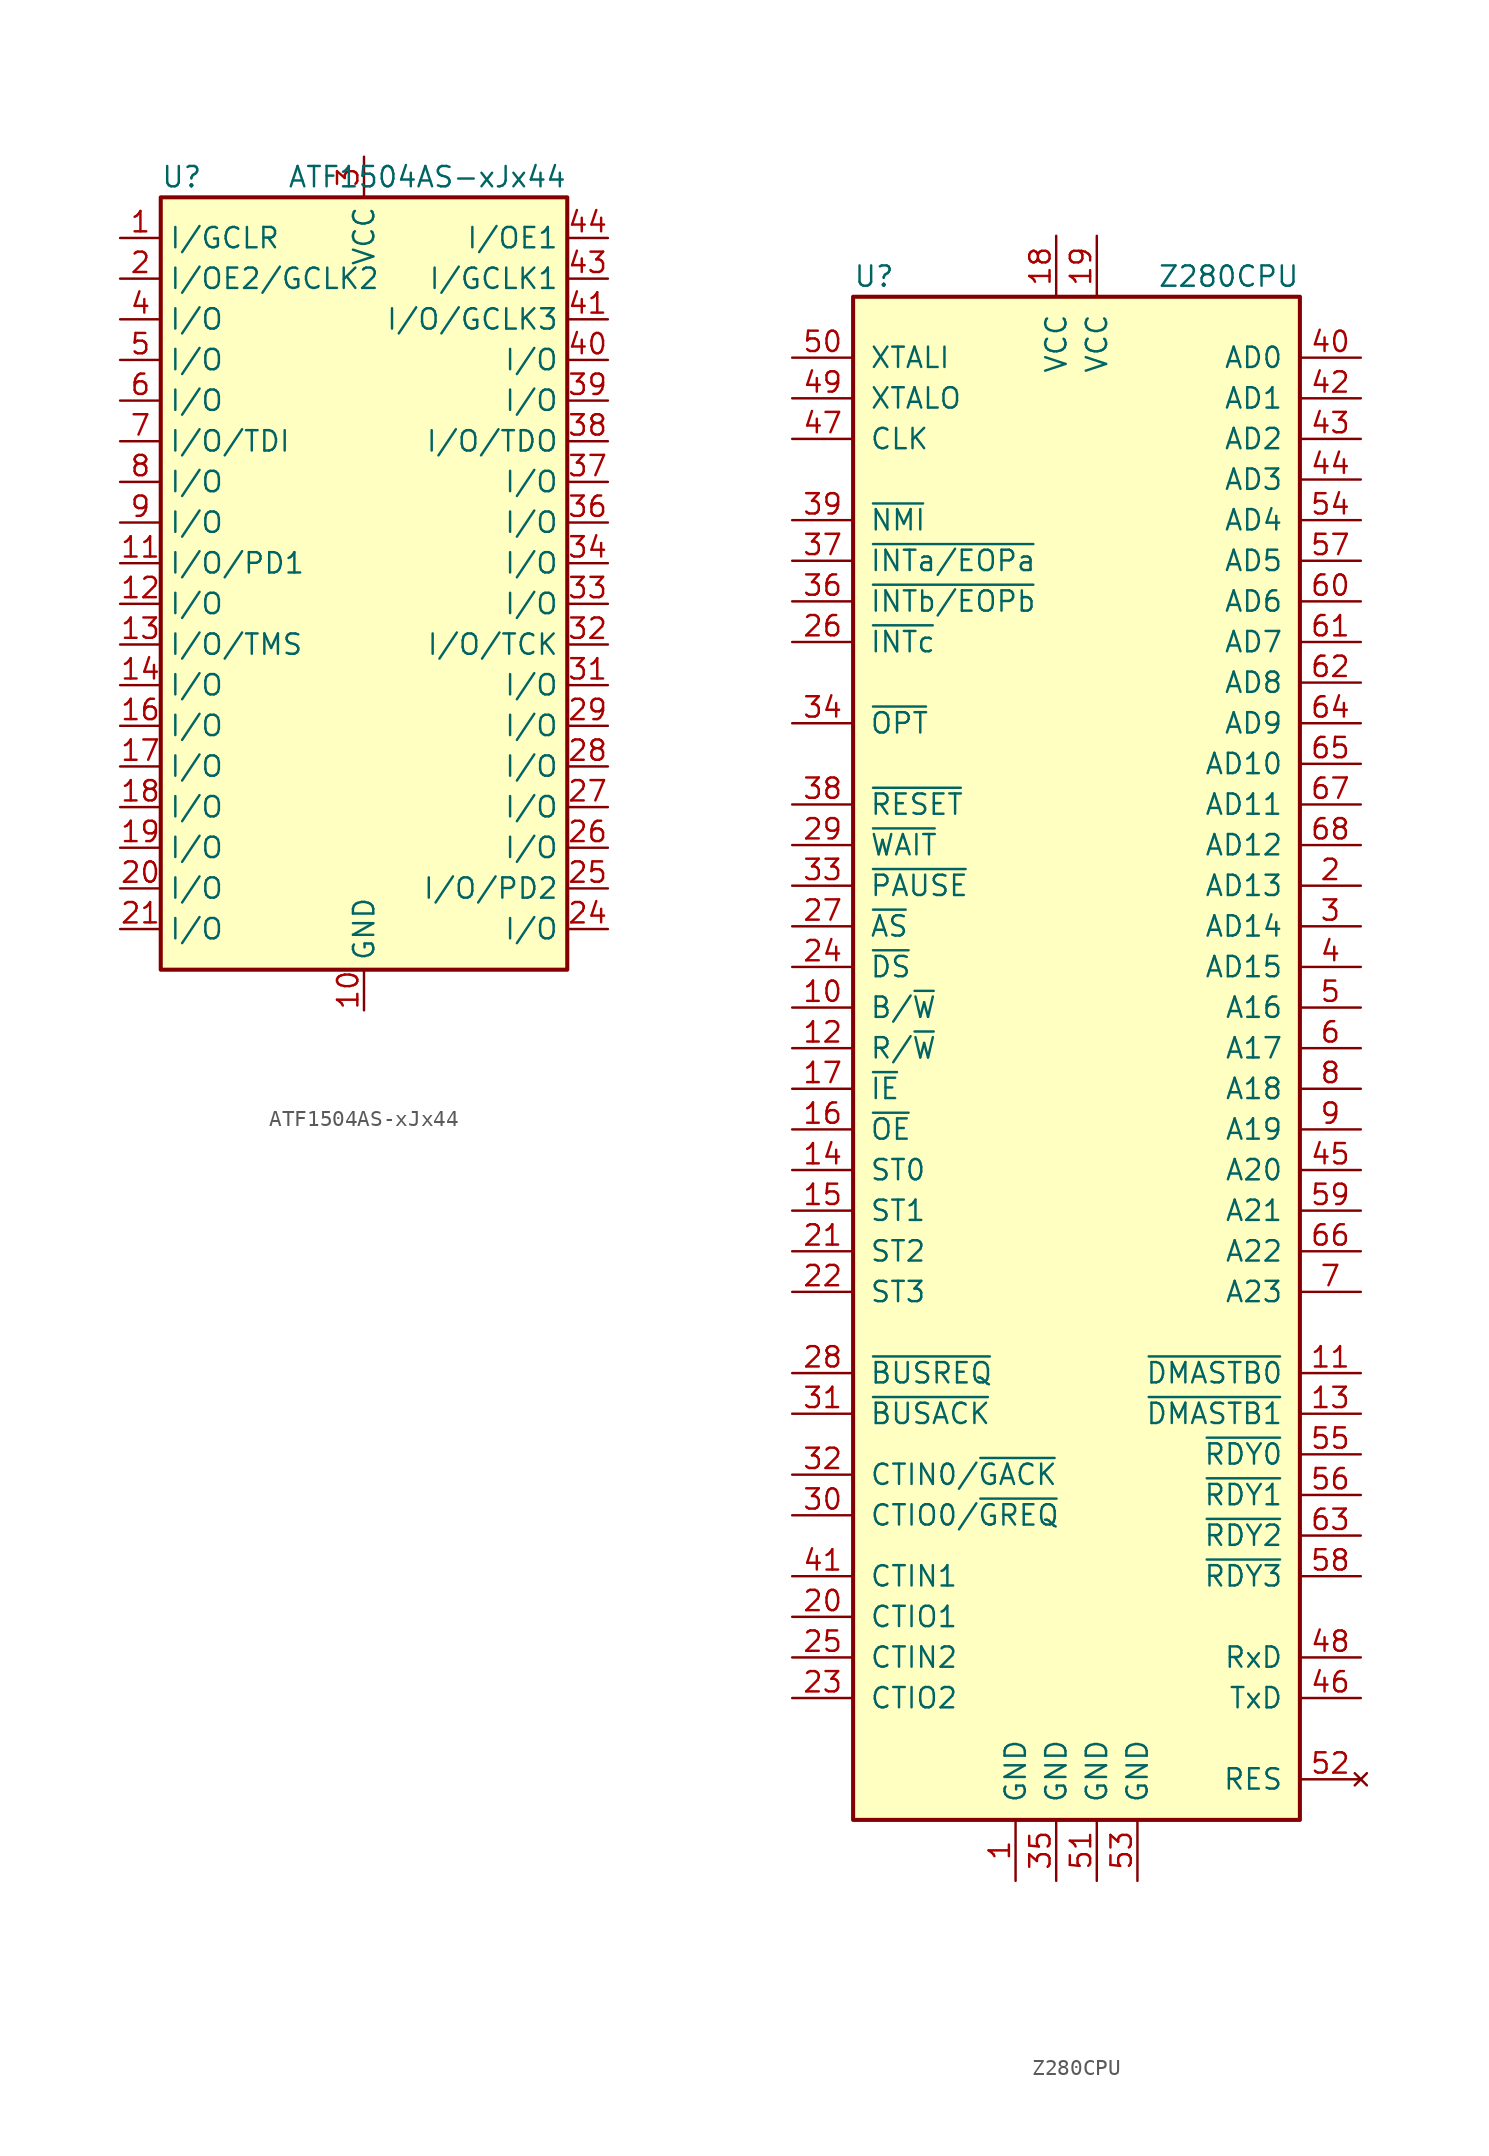
<source format=kicad_sym>
(kicad_symbol_lib
  (version 20211014)
  (generator kicad_symbol_editor)
  (symbol "ATF1504AS-xJx44"
    (property "Reference" "U"
      (at -12.7 24.13 0)
      (effects (font (size 1.27 1.27)) (justify left)))
    (property "Value" "ATF1504AS-xJx44"
      (at 12.7 24.13 0)
      (effects (font (size 1.27 1.27)) (justify right)))
    (symbol "ATF1504AS-xJx44_0_1"
      (rectangle (start -12.7 22.86) (end 12.7 -25.4) (stroke (width 0.254) (type default) (color 0 0 0 0)) (fill (type background))))
    (symbol "ATF1504AS-xJx44_1_1"
      (pin input line (at -15.24 20.32 0) (length 2.54) (name "I/GCLR" (effects (font (size 1.27 1.27)))) (number "1" (effects (font (size 1.27 1.27)))))
      (pin power_in line (at 0 -27.94 90) (length 2.54) (name "GND" (effects (font (size 1.27 1.27)))) (number "10" (effects (font (size 1.27 1.27)))))
      (pin bidirectional line (at -15.24 0 0) (length 2.54) (name "I/O/PD1" (effects (font (size 1.27 1.27)))) (number "11" (effects (font (size 1.27 1.27)))))
      (pin bidirectional line (at -15.24 -2.54 0) (length 2.54) (name "I/O" (effects (font (size 1.27 1.27)))) (number "12" (effects (font (size 1.27 1.27)))))
      (pin bidirectional line (at -15.24 -5.08 0) (length 2.54) (name "I/O/TMS" (effects (font (size 1.27 1.27)))) (number "13" (effects (font (size 1.27 1.27)))))
      (pin bidirectional line (at -15.24 -7.62 0) (length 2.54) (name "I/O" (effects (font (size 1.27 1.27)))) (number "14" (effects (font (size 1.27 1.27)))))
      (pin passive line (at 0 25.4 270) (length 2.54) hide (name "VCC" (effects (font (size 1.27 1.27)))) (number "15" (effects (font (size 1.27 1.27)))))
      (pin bidirectional line (at -15.24 -10.16 0) (length 2.54) (name "I/O" (effects (font (size 1.27 1.27)))) (number "16" (effects (font (size 1.27 1.27)))))
      (pin bidirectional line (at -15.24 -12.7 0) (length 2.54) (name "I/O" (effects (font (size 1.27 1.27)))) (number "17" (effects (font (size 1.27 1.27)))))
      (pin bidirectional line (at -15.24 -15.24 0) (length 2.54) (name "I/O" (effects (font (size 1.27 1.27)))) (number "18" (effects (font (size 1.27 1.27)))))
      (pin bidirectional line (at -15.24 -17.78 0) (length 2.54) (name "I/O" (effects (font (size 1.27 1.27)))) (number "19" (effects (font (size 1.27 1.27)))))
      (pin input line (at -15.24 17.78 0) (length 2.54) (name "I/OE2/GCLK2" (effects (font (size 1.27 1.27)))) (number "2" (effects (font (size 1.27 1.27)))))
      (pin bidirectional line (at -15.24 -20.32 0) (length 2.54) (name "I/O" (effects (font (size 1.27 1.27)))) (number "20" (effects (font (size 1.27 1.27)))))
      (pin bidirectional line (at -15.24 -22.86 0) (length 2.54) (name "I/O" (effects (font (size 1.27 1.27)))) (number "21" (effects (font (size 1.27 1.27)))))
      (pin passive line (at 0 -27.94 90) (length 2.54) hide (name "GND" (effects (font (size 1.27 1.27)))) (number "22" (effects (font (size 1.27 1.27)))))
      (pin passive line (at 0 25.4 270) (length 2.54) hide (name "VCC" (effects (font (size 1.27 1.27)))) (number "23" (effects (font (size 1.27 1.27)))))
      (pin bidirectional line (at 15.24 -22.86 180) (length 2.54) (name "I/O" (effects (font (size 1.27 1.27)))) (number "24" (effects (font (size 1.27 1.27)))))
      (pin bidirectional line (at 15.24 -20.32 180) (length 2.54) (name "I/O/PD2" (effects (font (size 1.27 1.27)))) (number "25" (effects (font (size 1.27 1.27)))))
      (pin bidirectional line (at 15.24 -17.78 180) (length 2.54) (name "I/O" (effects (font (size 1.27 1.27)))) (number "26" (effects (font (size 1.27 1.27)))))
      (pin bidirectional line (at 15.24 -15.24 180) (length 2.54) (name "I/O" (effects (font (size 1.27 1.27)))) (number "27" (effects (font (size 1.27 1.27)))))
      (pin bidirectional line (at 15.24 -12.7 180) (length 2.54) (name "I/O" (effects (font (size 1.27 1.27)))) (number "28" (effects (font (size 1.27 1.27)))))
      (pin bidirectional line (at 15.24 -10.16 180) (length 2.54) (name "I/O" (effects (font (size 1.27 1.27)))) (number "29" (effects (font (size 1.27 1.27)))))
      (pin power_in line (at 0 25.4 270) (length 2.54) (name "VCC" (effects (font (size 1.27 1.27)))) (number "3" (effects (font (size 1.27 1.27)))))
      (pin passive line (at 0 -27.94 90) (length 2.54) hide (name "GND" (effects (font (size 1.27 1.27)))) (number "30" (effects (font (size 1.27 1.27)))))
      (pin bidirectional line (at 15.24 -7.62 180) (length 2.54) (name "I/O" (effects (font (size 1.27 1.27)))) (number "31" (effects (font (size 1.27 1.27)))))
      (pin bidirectional line (at 15.24 -5.08 180) (length 2.54) (name "I/O/TCK" (effects (font (size 1.27 1.27)))) (number "32" (effects (font (size 1.27 1.27)))))
      (pin bidirectional line (at 15.24 -2.54 180) (length 2.54) (name "I/O" (effects (font (size 1.27 1.27)))) (number "33" (effects (font (size 1.27 1.27)))))
      (pin bidirectional line (at 15.24 0 180) (length 2.54) (name "I/O" (effects (font (size 1.27 1.27)))) (number "34" (effects (font (size 1.27 1.27)))))
      (pin passive line (at 0 25.4 270) (length 2.54) hide (name "VCC" (effects (font (size 1.27 1.27)))) (number "35" (effects (font (size 1.27 1.27)))))
      (pin bidirectional line (at 15.24 2.54 180) (length 2.54) (name "I/O" (effects (font (size 1.27 1.27)))) (number "36" (effects (font (size 1.27 1.27)))))
      (pin bidirectional line (at 15.24 5.08 180) (length 2.54) (name "I/O" (effects (font (size 1.27 1.27)))) (number "37" (effects (font (size 1.27 1.27)))))
      (pin bidirectional line (at 15.24 7.62 180) (length 2.54) (name "I/O/TDO" (effects (font (size 1.27 1.27)))) (number "38" (effects (font (size 1.27 1.27)))))
      (pin bidirectional line (at 15.24 10.16 180) (length 2.54) (name "I/O" (effects (font (size 1.27 1.27)))) (number "39" (effects (font (size 1.27 1.27)))))
      (pin bidirectional line (at -15.24 15.24 0) (length 2.54) (name "I/O" (effects (font (size 1.27 1.27)))) (number "4" (effects (font (size 1.27 1.27)))))
      (pin bidirectional line (at 15.24 12.7 180) (length 2.54) (name "I/O" (effects (font (size 1.27 1.27)))) (number "40" (effects (font (size 1.27 1.27)))))
      (pin bidirectional line (at 15.24 15.24 180) (length 2.54) (name "I/O/GCLK3" (effects (font (size 1.27 1.27)))) (number "41" (effects (font (size 1.27 1.27)))))
      (pin passive line (at 0 -27.94 90) (length 2.54) hide (name "GND" (effects (font (size 1.27 1.27)))) (number "42" (effects (font (size 1.27 1.27)))))
      (pin input line (at 15.24 17.78 180) (length 2.54) (name "I/GCLK1" (effects (font (size 1.27 1.27)))) (number "43" (effects (font (size 1.27 1.27)))))
      (pin input line (at 15.24 20.32 180) (length 2.54) (name "I/OE1" (effects (font (size 1.27 1.27)))) (number "44" (effects (font (size 1.27 1.27)))))
      (pin bidirectional line (at -15.24 12.7 0) (length 2.54) (name "I/O" (effects (font (size 1.27 1.27)))) (number "5" (effects (font (size 1.27 1.27)))))
      (pin bidirectional line (at -15.24 10.16 0) (length 2.54) (name "I/O" (effects (font (size 1.27 1.27)))) (number "6" (effects (font (size 1.27 1.27)))))
      (pin bidirectional line (at -15.24 7.62 0) (length 2.54) (name "I/O/TDI" (effects (font (size 1.27 1.27)))) (number "7" (effects (font (size 1.27 1.27)))))
      (pin bidirectional line (at -15.24 5.08 0) (length 2.54) (name "I/O" (effects (font (size 1.27 1.27)))) (number "8" (effects (font (size 1.27 1.27)))))
      (pin bidirectional line (at -15.24 2.54 0) (length 2.54) (name "I/O" (effects (font (size 1.27 1.27)))) (number "9" (effects (font (size 1.27 1.27)))))))
  (symbol "Z280CPU"
    (pin_names
      (offset 1.016))
    (property "Reference" "U"
      (at -13.97 48.26 0)
      (effects (font (size 1.27 1.27)) (justify left)))
    (property "Value" "Z280CPU"
      (at 13.97 48.26 0)
      (effects (font (size 1.27 1.27)) (justify right)))
    (symbol "Z280CPU_0_1"
      (rectangle (start -13.97 46.99) (end 13.97 -48.26) (stroke (width 0.254) (type default) (color 0 0 0 0)) (fill (type background))))
    (symbol "Z280CPU_1_1"
      (pin power_in line (at -3.81 -52.07 90) (length 3.81) (name "GND" (effects (font (size 1.27 1.27)))) (number "1" (effects (font (size 1.27 1.27)))))
      (pin output line (at -17.78 2.54 0) (length 3.81) (name "B/~{W}" (effects (font (size 1.27 1.27)))) (number "10" (effects (font (size 1.27 1.27)))))
      (pin output line (at 17.78 -20.32 180) (length 3.81) (name "~{DMASTB0}" (effects (font (size 1.27 1.27)))) (number "11" (effects (font (size 1.27 1.27)))))
      (pin output line (at -17.78 0 0) (length 3.81) (name "R/~{W}" (effects (font (size 1.27 1.27)))) (number "12" (effects (font (size 1.27 1.27)))))
      (pin output line (at 17.78 -22.86 180) (length 3.81) (name "~{DMASTB1}" (effects (font (size 1.27 1.27)))) (number "13" (effects (font (size 1.27 1.27)))))
      (pin output line (at -17.78 -7.62 0) (length 3.81) (name "ST0" (effects (font (size 1.27 1.27)))) (number "14" (effects (font (size 1.27 1.27)))))
      (pin output line (at -17.78 -10.16 0) (length 3.81) (name "ST1" (effects (font (size 1.27 1.27)))) (number "15" (effects (font (size 1.27 1.27)))))
      (pin output line (at -17.78 -5.08 0) (length 3.81) (name "~{OE}" (effects (font (size 1.27 1.27)))) (number "16" (effects (font (size 1.27 1.27)))))
      (pin output line (at -17.78 -2.54 0) (length 3.81) (name "~{IE}" (effects (font (size 1.27 1.27)))) (number "17" (effects (font (size 1.27 1.27)))))
      (pin power_in line (at -1.27 50.8 270) (length 3.81) (name "VCC" (effects (font (size 1.27 1.27)))) (number "18" (effects (font (size 1.27 1.27)))))
      (pin power_in line (at 1.27 50.8 270) (length 3.81) (name "VCC" (effects (font (size 1.27 1.27)))) (number "19" (effects (font (size 1.27 1.27)))))
      (pin bidirectional line (at 17.78 10.16 180) (length 3.81) (name "AD13" (effects (font (size 1.27 1.27)))) (number "2" (effects (font (size 1.27 1.27)))))
      (pin bidirectional line (at -17.78 -35.56 0) (length 3.81) (name "CTIO1" (effects (font (size 1.27 1.27)))) (number "20" (effects (font (size 1.27 1.27)))))
      (pin output line (at -17.78 -12.7 0) (length 3.81) (name "ST2" (effects (font (size 1.27 1.27)))) (number "21" (effects (font (size 1.27 1.27)))))
      (pin output line (at -17.78 -15.24 0) (length 3.81) (name "ST3" (effects (font (size 1.27 1.27)))) (number "22" (effects (font (size 1.27 1.27)))))
      (pin bidirectional line (at -17.78 -40.64 0) (length 3.81) (name "CTIO2" (effects (font (size 1.27 1.27)))) (number "23" (effects (font (size 1.27 1.27)))))
      (pin output line (at -17.78 5.08 0) (length 3.81) (name "~{DS}" (effects (font (size 1.27 1.27)))) (number "24" (effects (font (size 1.27 1.27)))))
      (pin input line (at -17.78 -38.1 0) (length 3.81) (name "CTIN2" (effects (font (size 1.27 1.27)))) (number "25" (effects (font (size 1.27 1.27)))))
      (pin input line (at -17.78 25.4 0) (length 3.81) (name "~{INTc}" (effects (font (size 1.27 1.27)))) (number "26" (effects (font (size 1.27 1.27)))))
      (pin output line (at -17.78 7.62 0) (length 3.81) (name "~{AS}" (effects (font (size 1.27 1.27)))) (number "27" (effects (font (size 1.27 1.27)))))
      (pin input line (at -17.78 -20.32 0) (length 3.81) (name "~{BUSREQ}" (effects (font (size 1.27 1.27)))) (number "28" (effects (font (size 1.27 1.27)))))
      (pin input line (at -17.78 12.7 0) (length 3.81) (name "~{WAIT}" (effects (font (size 1.27 1.27)))) (number "29" (effects (font (size 1.27 1.27)))))
      (pin bidirectional line (at 17.78 7.62 180) (length 3.81) (name "AD14" (effects (font (size 1.27 1.27)))) (number "3" (effects (font (size 1.27 1.27)))))
      (pin bidirectional line (at -17.78 -29.21 0) (length 3.81) (name "CTIO0/~{GREQ}" (effects (font (size 1.27 1.27)))) (number "30" (effects (font (size 1.27 1.27)))))
      (pin output line (at -17.78 -22.86 0) (length 3.81) (name "~{BUSACK}" (effects (font (size 1.27 1.27)))) (number "31" (effects (font (size 1.27 1.27)))))
      (pin input line (at -17.78 -26.67 0) (length 3.81) (name "CTIN0/~{GACK}" (effects (font (size 1.27 1.27)))) (number "32" (effects (font (size 1.27 1.27)))))
      (pin input line (at -17.78 10.16 0) (length 3.81) (name "~{PAUSE}" (effects (font (size 1.27 1.27)))) (number "33" (effects (font (size 1.27 1.27)))))
      (pin input line (at -17.78 20.32 0) (length 3.81) (name "~{OPT}" (effects (font (size 1.27 1.27)))) (number "34" (effects (font (size 1.27 1.27)))))
      (pin power_in line (at -1.27 -52.07 90) (length 3.81) (name "GND" (effects (font (size 1.27 1.27)))) (number "35" (effects (font (size 1.27 1.27)))))
      (pin input line (at -17.78 27.94 0) (length 3.81) (name "~{INTb/EOPb}" (effects (font (size 1.27 1.27)))) (number "36" (effects (font (size 1.27 1.27)))))
      (pin input line (at -17.78 30.48 0) (length 3.81) (name "~{INTa/EOPa}" (effects (font (size 1.27 1.27)))) (number "37" (effects (font (size 1.27 1.27)))))
      (pin input line (at -17.78 15.24 0) (length 3.81) (name "~{RESET}" (effects (font (size 1.27 1.27)))) (number "38" (effects (font (size 1.27 1.27)))))
      (pin input line (at -17.78 33.02 0) (length 3.81) (name "~{NMI}" (effects (font (size 1.27 1.27)))) (number "39" (effects (font (size 1.27 1.27)))))
      (pin bidirectional line (at 17.78 5.08 180) (length 3.81) (name "AD15" (effects (font (size 1.27 1.27)))) (number "4" (effects (font (size 1.27 1.27)))))
      (pin bidirectional line (at 17.78 43.18 180) (length 3.81) (name "AD0" (effects (font (size 1.27 1.27)))) (number "40" (effects (font (size 1.27 1.27)))))
      (pin input line (at -17.78 -33.02 0) (length 3.81) (name "CTIN1" (effects (font (size 1.27 1.27)))) (number "41" (effects (font (size 1.27 1.27)))))
      (pin bidirectional line (at 17.78 40.64 180) (length 3.81) (name "AD1" (effects (font (size 1.27 1.27)))) (number "42" (effects (font (size 1.27 1.27)))))
      (pin bidirectional line (at 17.78 38.1 180) (length 3.81) (name "AD2" (effects (font (size 1.27 1.27)))) (number "43" (effects (font (size 1.27 1.27)))))
      (pin bidirectional line (at 17.78 35.56 180) (length 3.81) (name "AD3" (effects (font (size 1.27 1.27)))) (number "44" (effects (font (size 1.27 1.27)))))
      (pin output line (at 17.78 -7.62 180) (length 3.81) (name "A20" (effects (font (size 1.27 1.27)))) (number "45" (effects (font (size 1.27 1.27)))))
      (pin output line (at 17.78 -40.64 180) (length 3.81) (name "TxD" (effects (font (size 1.27 1.27)))) (number "46" (effects (font (size 1.27 1.27)))))
      (pin output line (at -17.78 38.1 0) (length 3.81) (name "CLK" (effects (font (size 1.27 1.27)))) (number "47" (effects (font (size 1.27 1.27)))))
      (pin input line (at 17.78 -38.1 180) (length 3.81) (name "RxD" (effects (font (size 1.27 1.27)))) (number "48" (effects (font (size 1.27 1.27)))))
      (pin output line (at -17.78 40.64 0) (length 3.81) (name "XTALO" (effects (font (size 1.27 1.27)))) (number "49" (effects (font (size 1.27 1.27)))))
      (pin output line (at 17.78 2.54 180) (length 3.81) (name "A16" (effects (font (size 1.27 1.27)))) (number "5" (effects (font (size 1.27 1.27)))))
      (pin input line (at -17.78 43.18 0) (length 3.81) (name "XTALI" (effects (font (size 1.27 1.27)))) (number "50" (effects (font (size 1.27 1.27)))))
      (pin power_in line (at 1.27 -52.07 90) (length 3.81) (name "GND" (effects (font (size 1.27 1.27)))) (number "51" (effects (font (size 1.27 1.27)))))
      (pin no_connect line (at 17.78 -45.72 180) (length 3.81) (name "RES" (effects (font (size 1.27 1.27)))) (number "52" (effects (font (size 1.27 1.27)))))
      (pin power_in line (at 3.81 -52.07 90) (length 3.81) (name "GND" (effects (font (size 1.27 1.27)))) (number "53" (effects (font (size 1.27 1.27)))))
      (pin bidirectional line (at 17.78 33.02 180) (length 3.81) (name "AD4" (effects (font (size 1.27 1.27)))) (number "54" (effects (font (size 1.27 1.27)))))
      (pin input line (at 17.78 -25.4 180) (length 3.81) (name "~{RDY0}" (effects (font (size 1.27 1.27)))) (number "55" (effects (font (size 1.27 1.27)))))
      (pin input line (at 17.78 -27.94 180) (length 3.81) (name "~{RDY1}" (effects (font (size 1.27 1.27)))) (number "56" (effects (font (size 1.27 1.27)))))
      (pin bidirectional line (at 17.78 30.48 180) (length 3.81) (name "AD5" (effects (font (size 1.27 1.27)))) (number "57" (effects (font (size 1.27 1.27)))))
      (pin input line (at 17.78 -33.02 180) (length 3.81) (name "~{RDY3}" (effects (font (size 1.27 1.27)))) (number "58" (effects (font (size 1.27 1.27)))))
      (pin output line (at 17.78 -10.16 180) (length 3.81) (name "A21" (effects (font (size 1.27 1.27)))) (number "59" (effects (font (size 1.27 1.27)))))
      (pin output line (at 17.78 0 180) (length 3.81) (name "A17" (effects (font (size 1.27 1.27)))) (number "6" (effects (font (size 1.27 1.27)))))
      (pin bidirectional line (at 17.78 27.94 180) (length 3.81) (name "AD6" (effects (font (size 1.27 1.27)))) (number "60" (effects (font (size 1.27 1.27)))))
      (pin bidirectional line (at 17.78 25.4 180) (length 3.81) (name "AD7" (effects (font (size 1.27 1.27)))) (number "61" (effects (font (size 1.27 1.27)))))
      (pin bidirectional line (at 17.78 22.86 180) (length 3.81) (name "AD8" (effects (font (size 1.27 1.27)))) (number "62" (effects (font (size 1.27 1.27)))))
      (pin input line (at 17.78 -30.48 180) (length 3.81) (name "~{RDY2}" (effects (font (size 1.27 1.27)))) (number "63" (effects (font (size 1.27 1.27)))))
      (pin bidirectional line (at 17.78 20.32 180) (length 3.81) (name "AD9" (effects (font (size 1.27 1.27)))) (number "64" (effects (font (size 1.27 1.27)))))
      (pin bidirectional line (at 17.78 17.78 180) (length 3.81) (name "AD10" (effects (font (size 1.27 1.27)))) (number "65" (effects (font (size 1.27 1.27)))))
      (pin output line (at 17.78 -12.7 180) (length 3.81) (name "A22" (effects (font (size 1.27 1.27)))) (number "66" (effects (font (size 1.27 1.27)))))
      (pin bidirectional line (at 17.78 15.24 180) (length 3.81) (name "AD11" (effects (font (size 1.27 1.27)))) (number "67" (effects (font (size 1.27 1.27)))))
      (pin bidirectional line (at 17.78 12.7 180) (length 3.81) (name "AD12" (effects (font (size 1.27 1.27)))) (number "68" (effects (font (size 1.27 1.27)))))
      (pin output line (at 17.78 -15.24 180) (length 3.81) (name "A23" (effects (font (size 1.27 1.27)))) (number "7" (effects (font (size 1.27 1.27)))))
      (pin output line (at 17.78 -2.54 180) (length 3.81) (name "A18" (effects (font (size 1.27 1.27)))) (number "8" (effects (font (size 1.27 1.27)))))
      (pin output line (at 17.78 -5.08 180) (length 3.81) (name "A19" (effects (font (size 1.27 1.27)))) (number "9" (effects (font (size 1.27 1.27))))))))
</source>
